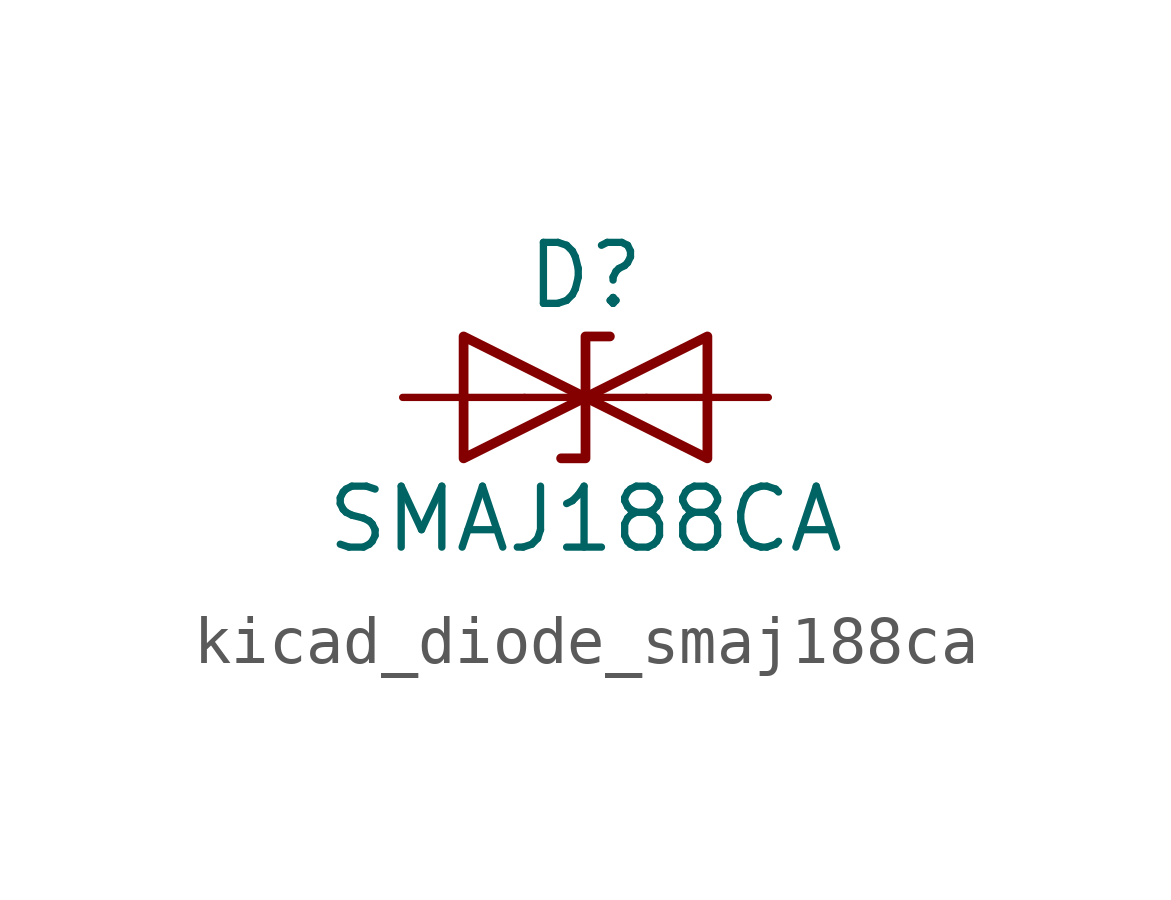
<source format=kicad_sym>
(kicad_symbol_lib
  (version 20220914)
  (generator kicad_symbol_editor)
  (symbol "kicad_diode_smaj188ca"
    (pin_numbers hide)
    (pin_names
      (offset 1.016) hide)
    (property "Reference" "D"
      (at 0 2.54 0)
      (effects (font (size 1.27 1.27))))
    (property "Value" "SMAJ188CA"
      (at 0 -2.54 0)
      (effects (font (size 1.27 1.27))))
    (symbol "kicad_diode_smaj188ca_0_1"
      (polyline (pts (xy 1.27 0) (xy -1.27 0)) (stroke (width 0) (type default)) (fill (type none)))
      (polyline (pts (xy -2.54 -1.27) (xy 0 0) (xy -2.54 1.27) (xy -2.54 -1.27)) (stroke (width 0.203) (type default)) (fill (type none)))
      (polyline (pts (xy 0.508 1.27) (xy 0 1.27) (xy 0 -1.27) (xy -0.508 -1.27)) (stroke (width 0.203) (type default)) (fill (type none)))
      (polyline (pts (xy 2.54 1.27) (xy 2.54 -1.27) (xy 0 0) (xy 2.54 1.27)) (stroke (width 0.203) (type default)) (fill (type none))))
    (symbol "kicad_diode_smaj188ca_1_1"
      (pin passive line (at -3.81 0 0) (length 2.54) (name "A1" (effects (font (size 1.27 1.27)))) (number "1" (effects (font (size 1.27 1.27)))))
      (pin passive line (at 3.81 0 180) (length 2.54) (name "A2" (effects (font (size 1.27 1.27)))) (number "2" (effects (font (size 1.27 1.27))))))))
</source>
